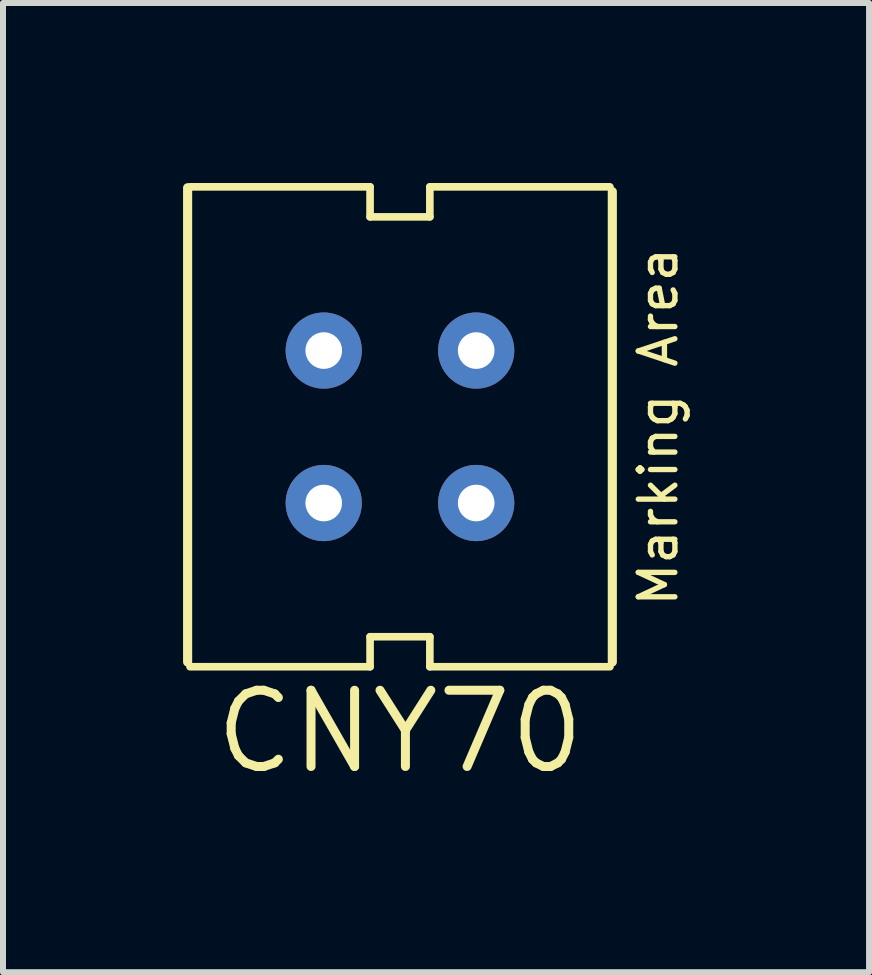
<source format=kicad_pcb>
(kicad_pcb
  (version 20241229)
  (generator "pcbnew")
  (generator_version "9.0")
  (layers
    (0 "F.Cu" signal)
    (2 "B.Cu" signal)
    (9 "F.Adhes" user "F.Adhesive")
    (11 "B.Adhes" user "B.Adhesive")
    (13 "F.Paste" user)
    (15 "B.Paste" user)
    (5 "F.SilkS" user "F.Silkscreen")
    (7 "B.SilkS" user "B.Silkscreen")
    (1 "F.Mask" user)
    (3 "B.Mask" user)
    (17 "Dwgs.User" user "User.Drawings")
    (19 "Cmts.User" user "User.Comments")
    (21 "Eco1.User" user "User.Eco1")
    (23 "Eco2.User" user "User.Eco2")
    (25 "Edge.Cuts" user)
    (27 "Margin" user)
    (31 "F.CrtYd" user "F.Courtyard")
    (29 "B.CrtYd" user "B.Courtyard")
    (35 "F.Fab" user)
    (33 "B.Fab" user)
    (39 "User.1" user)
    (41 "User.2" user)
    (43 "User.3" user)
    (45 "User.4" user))
  (footprint "CNY70"
    (layer "F.Cu")
    (at 3.614 4.061)
    (property "Reference" "CNY70" (at 0 5.08 0) (layer "F.SilkS") (effects (font (size 1.27 1.27) (thickness 0.15))))
    (attr exclude_from_pos_files exclude_from_bom)
    (fp_line (start -3.538 3.919) (end -3.538 -3.983) (stroke (width 0.152) (type solid)) (layer "F.SilkS"))
    (fp_line (start -0.498 -3.998) (end -3.498 -3.998) (stroke (width 0.127) (type solid)) (layer "F.SilkS"))
    (fp_line (start -0.498 -3.998) (end -0.498 -3.498) (stroke (width 0.127) (type solid)) (layer "F.SilkS"))
    (fp_line (start -0.498 -3.498) (end 0.498 -3.498) (stroke (width 0.127) (type solid)) (layer "F.SilkS"))
    (fp_line (start -0.498 3.498) (end 0.498 3.498) (stroke (width 0.127) (type solid)) (layer "F.SilkS"))
    (fp_line (start -0.498 3.998) (end -3.498 3.998) (stroke (width 0.127) (type solid)) (layer "F.SilkS"))
    (fp_line (start -0.498 3.998) (end -0.498 3.498) (stroke (width 0.127) (type solid)) (layer "F.SilkS"))
    (fp_line (start 0.498 -3.998) (end 3.498 -3.998) (stroke (width 0.127) (type solid)) (layer "F.SilkS"))
    (fp_line (start 0.498 -3.498) (end 0.498 -3.998) (stroke (width 0.127) (type solid)) (layer "F.SilkS"))
    (fp_line (start 0.498 3.498) (end 0.498 3.998) (stroke (width 0.127) (type solid)) (layer "F.SilkS"))
    (fp_line (start 0.498 3.998) (end 3.498 3.998) (stroke (width 0.127) (type solid)) (layer "F.SilkS"))
    (fp_line (start 3.538 -3.919) (end 3.538 3.919) (stroke (width 0.152) (type solid)) (layer "F.SilkS"))
    (fp_text user "Marking Area" (at 4.303 0 90) (layer "F.SilkS") (effects (font (size 0.61 0.61) (thickness 0.089))))
    (pad "1" thru_hole circle (at -1.27 1.27) (size 1.27 1.27) (drill 0.61) (layers "*.Cu" "*.Mask"))
    (pad "2" thru_hole circle (at 1.27 1.27) (size 1.27 1.27) (drill 0.61) (layers "*.Cu" "*.Mask"))
    (pad "3" thru_hole circle (at 1.27 -1.27) (size 1.27 1.27) (drill 0.61) (layers "*.Cu" "*.Mask"))
    (pad "4" thru_hole circle (at -1.27 -1.27) (size 1.27 1.27) (drill 0.61) (layers "*.Cu" "*.Mask")))
  (gr_rect
    (start -3 -3)
    (end 11.43 13.148)
    (stroke (width 0.1) (type default))
    (fill no)
    (layer "Edge.Cuts")))
</source>
